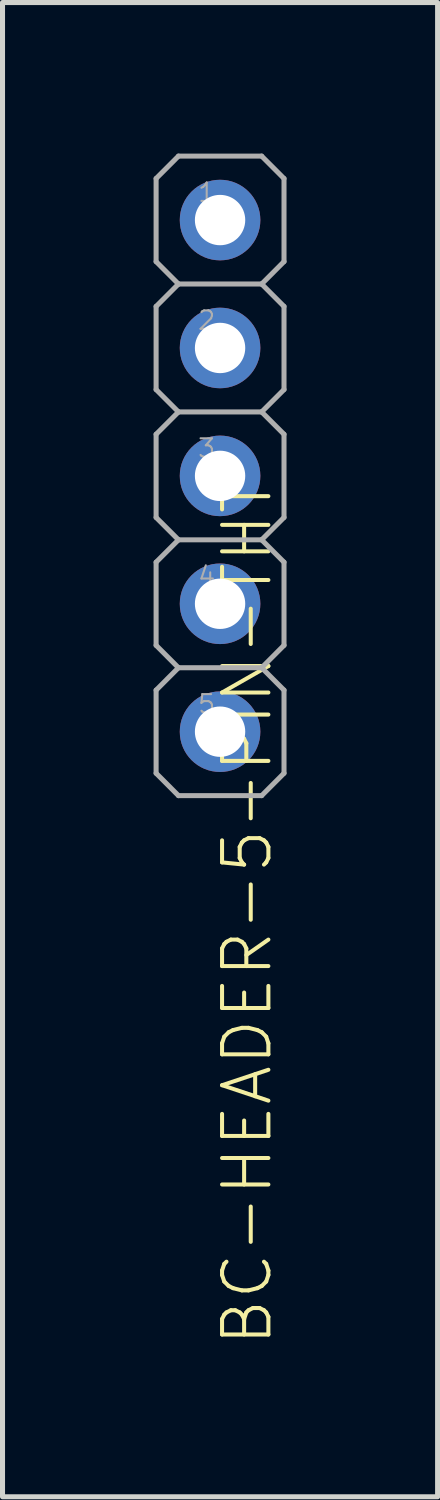
<source format=kicad_pcb>
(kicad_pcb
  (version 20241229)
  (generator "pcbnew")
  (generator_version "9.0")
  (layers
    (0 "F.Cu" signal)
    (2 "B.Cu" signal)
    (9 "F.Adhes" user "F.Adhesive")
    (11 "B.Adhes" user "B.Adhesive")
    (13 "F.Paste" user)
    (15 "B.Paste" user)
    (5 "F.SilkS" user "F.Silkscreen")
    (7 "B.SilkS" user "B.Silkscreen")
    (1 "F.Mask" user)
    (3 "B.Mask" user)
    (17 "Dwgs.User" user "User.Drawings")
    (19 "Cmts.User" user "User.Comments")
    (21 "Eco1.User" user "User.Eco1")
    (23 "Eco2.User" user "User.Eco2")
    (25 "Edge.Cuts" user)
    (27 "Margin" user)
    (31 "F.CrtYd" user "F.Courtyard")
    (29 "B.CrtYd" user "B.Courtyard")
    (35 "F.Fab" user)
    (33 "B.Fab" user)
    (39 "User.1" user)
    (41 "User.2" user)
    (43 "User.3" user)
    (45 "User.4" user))
  (footprint "BC-HEADER-5-PIN-THT"
    (layer "F.Cu")
    (at 1.32 6.4)
    (property "Reference" "BC-HEADER-5-PIN-THT" (at 0 0 90) (unlocked yes) (layer "F.SilkS") (effects (font (size 0.92 0.92) (thickness 0.08)) (justify right top)))
    (fp_line (start -1.27 -5.905) (end -1.27 -4.255) (stroke (width 0.1) (type solid)) (layer "F.Fab"))
    (fp_line (start -1.27 -4.255) (end -0.826 -3.81) (stroke (width 0.1) (type solid)) (layer "F.Fab"))
    (fp_line (start -1.27 -3.365) (end -1.27 -1.714) (stroke (width 0.1) (type solid)) (layer "F.Fab"))
    (fp_line (start -1.27 -1.714) (end -0.826 -1.27) (stroke (width 0.1) (type solid)) (layer "F.Fab"))
    (fp_line (start -1.27 -0.826) (end -1.27 0.826) (stroke (width 0.1) (type solid)) (layer "F.Fab"))
    (fp_line (start -1.27 0.826) (end -0.826 1.27) (stroke (width 0.1) (type solid)) (layer "F.Fab"))
    (fp_line (start -1.27 1.714) (end -1.27 3.365) (stroke (width 0.1) (type solid)) (layer "F.Fab"))
    (fp_line (start -1.27 3.365) (end -0.826 3.81) (stroke (width 0.1) (type solid)) (layer "F.Fab"))
    (fp_line (start -1.27 4.255) (end -1.27 5.905) (stroke (width 0.1) (type solid)) (layer "F.Fab"))
    (fp_line (start -1.27 5.905) (end -0.826 6.35) (stroke (width 0.1) (type solid)) (layer "F.Fab"))
    (fp_line (start -0.826 -6.35) (end -1.27 -5.905) (stroke (width 0.1) (type solid)) (layer "F.Fab"))
    (fp_line (start -0.826 -6.35) (end 0.826 -6.35) (stroke (width 0.1) (type solid)) (layer "F.Fab"))
    (fp_line (start -0.826 -3.81) (end -1.27 -3.365) (stroke (width 0.1) (type solid)) (layer "F.Fab"))
    (fp_line (start -0.826 -3.81) (end 0.826 -3.81) (stroke (width 0.1) (type solid)) (layer "F.Fab"))
    (fp_line (start -0.826 -1.27) (end -1.27 -0.826) (stroke (width 0.1) (type solid)) (layer "F.Fab"))
    (fp_line (start -0.826 -1.27) (end 0.826 -1.27) (stroke (width 0.1) (type solid)) (layer "F.Fab"))
    (fp_line (start -0.826 1.27) (end -1.27 1.714) (stroke (width 0.1) (type solid)) (layer "F.Fab"))
    (fp_line (start -0.826 1.27) (end 0.826 1.27) (stroke (width 0.1) (type solid)) (layer "F.Fab"))
    (fp_line (start -0.826 3.81) (end -1.27 4.255) (stroke (width 0.1) (type solid)) (layer "F.Fab"))
    (fp_line (start -0.826 3.81) (end 0.826 3.81) (stroke (width 0.1) (type solid)) (layer "F.Fab"))
    (fp_line (start -0.826 6.35) (end 0.826 6.35) (stroke (width 0.1) (type solid)) (layer "F.Fab"))
    (fp_line (start -0.31 -5.39) (end -0.31 -4.77) (stroke (width 0.1) (type solid)) (layer "F.Fab"))
    (fp_line (start -0.31 -4.77) (end 0.31 -4.77) (stroke (width 0.1) (type solid)) (layer "F.Fab"))
    (fp_line (start -0.31 -2.85) (end -0.31 -2.23) (stroke (width 0.1) (type solid)) (layer "F.Fab"))
    (fp_line (start -0.31 -2.23) (end 0.31 -2.23) (stroke (width 0.1) (type solid)) (layer "F.Fab"))
    (fp_line (start -0.31 -0.31) (end -0.31 0.31) (stroke (width 0.1) (type solid)) (layer "F.Fab"))
    (fp_line (start -0.31 0.31) (end 0.31 0.31) (stroke (width 0.1) (type solid)) (layer "F.Fab"))
    (fp_line (start -0.31 2.23) (end -0.31 2.85) (stroke (width 0.1) (type solid)) (layer "F.Fab"))
    (fp_line (start -0.31 2.85) (end 0.31 2.85) (stroke (width 0.1) (type solid)) (layer "F.Fab"))
    (fp_line (start -0.31 4.77) (end -0.31 5.39) (stroke (width 0.1) (type solid)) (layer "F.Fab"))
    (fp_line (start -0.31 5.39) (end 0.31 5.39) (stroke (width 0.1) (type solid)) (layer "F.Fab"))
    (fp_line (start 0.31 -5.39) (end -0.31 -5.39) (stroke (width 0.1) (type solid)) (layer "F.Fab"))
    (fp_line (start 0.31 -4.77) (end 0.31 -5.39) (stroke (width 0.1) (type solid)) (layer "F.Fab"))
    (fp_line (start 0.31 -2.85) (end -0.31 -2.85) (stroke (width 0.1) (type solid)) (layer "F.Fab"))
    (fp_line (start 0.31 -2.23) (end 0.31 -2.85) (stroke (width 0.1) (type solid)) (layer "F.Fab"))
    (fp_line (start 0.31 -0.31) (end -0.31 -0.31) (stroke (width 0.1) (type solid)) (layer "F.Fab"))
    (fp_line (start 0.31 0.31) (end 0.31 -0.31) (stroke (width 0.1) (type solid)) (layer "F.Fab"))
    (fp_line (start 0.31 2.23) (end -0.31 2.23) (stroke (width 0.1) (type solid)) (layer "F.Fab"))
    (fp_line (start 0.31 2.85) (end 0.31 2.23) (stroke (width 0.1) (type solid)) (layer "F.Fab"))
    (fp_line (start 0.31 4.77) (end -0.31 4.77) (stroke (width 0.1) (type solid)) (layer "F.Fab"))
    (fp_line (start 0.31 5.39) (end 0.31 4.77) (stroke (width 0.1) (type solid)) (layer "F.Fab"))
    (fp_line (start 0.826 -3.81) (end 1.27 -4.255) (stroke (width 0.1) (type solid)) (layer "F.Fab"))
    (fp_line (start 0.826 -1.27) (end 1.27 -1.714) (stroke (width 0.1) (type solid)) (layer "F.Fab"))
    (fp_line (start 0.826 1.27) (end 1.27 0.826) (stroke (width 0.1) (type solid)) (layer "F.Fab"))
    (fp_line (start 0.826 3.81) (end 1.27 3.365) (stroke (width 0.1) (type solid)) (layer "F.Fab"))
    (fp_line (start 0.826 6.35) (end 1.27 5.905) (stroke (width 0.1) (type solid)) (layer "F.Fab"))
    (fp_line (start 1.27 -5.905) (end 0.826 -6.35) (stroke (width 0.1) (type solid)) (layer "F.Fab"))
    (fp_line (start 1.27 -4.255) (end 1.27 -5.905) (stroke (width 0.1) (type solid)) (layer "F.Fab"))
    (fp_line (start 1.27 -3.365) (end 0.826 -3.81) (stroke (width 0.1) (type solid)) (layer "F.Fab"))
    (fp_line (start 1.27 -1.714) (end 1.27 -3.365) (stroke (width 0.1) (type solid)) (layer "F.Fab"))
    (fp_line (start 1.27 -0.826) (end 0.826 -1.27) (stroke (width 0.1) (type solid)) (layer "F.Fab"))
    (fp_line (start 1.27 0.826) (end 1.27 -0.826) (stroke (width 0.1) (type solid)) (layer "F.Fab"))
    (fp_line (start 1.27 1.714) (end 0.826 1.27) (stroke (width 0.1) (type solid)) (layer "F.Fab"))
    (fp_line (start 1.27 3.365) (end 1.27 1.714) (stroke (width 0.1) (type solid)) (layer "F.Fab"))
    (fp_line (start 1.27 4.255) (end 0.826 3.81) (stroke (width 0.1) (type solid)) (layer "F.Fab"))
    (fp_line (start 1.27 5.905) (end 1.27 4.255) (stroke (width 0.1) (type solid)) (layer "F.Fab"))
    (fp_text user "3" (at -0.064 -0.762 0) (layer "F.Fab") (effects (font (size 0.366 0.366) (thickness 0.041)) (justify right top)))
    (fp_text user "5" (at -0.064 4.318 0) (layer "F.Fab") (effects (font (size 0.366 0.366) (thickness 0.041)) (justify right top)))
    (fp_text user "4" (at -0.064 1.778 0) (layer "F.Fab") (effects (font (size 0.366 0.366) (thickness 0.041)) (justify right top)))
    (fp_text user "1" (at -0.064 -5.842 0) (layer "F.Fab") (effects (font (size 0.366 0.366) (thickness 0.041)) (justify right top)))
    (fp_text user "2" (at -0.064 -3.302 0) (layer "F.Fab") (effects (font (size 0.366 0.366) (thickness 0.041)) (justify right top)))
    (pad "1" thru_hole circle (at 0 -5.08 180) (size 1.6 1.6) (drill 1) (layers "*.Cu" "*.Mask"))
    (pad "2" thru_hole circle (at 0 -2.54 180) (size 1.6 1.6) (drill 1) (layers "*.Cu" "*.Mask"))
    (pad "3" thru_hole circle (at 0 0 180) (size 1.6 1.6) (drill 1) (layers "*.Cu" "*.Mask"))
    (pad "4" thru_hole circle (at 0 2.54 180) (size 1.6 1.6) (drill 1) (layers "*.Cu" "*.Mask"))
    (pad "5" thru_hole circle (at 0 5.08 180) (size 1.6 1.6) (drill 1) (layers "*.Cu" "*.Mask")))
  (gr_rect
    (start -3 -3)
    (end 5.64 26.673)
    (stroke (width 0.1) (type default))
    (fill no)
    (layer "Edge.Cuts")))
</source>
